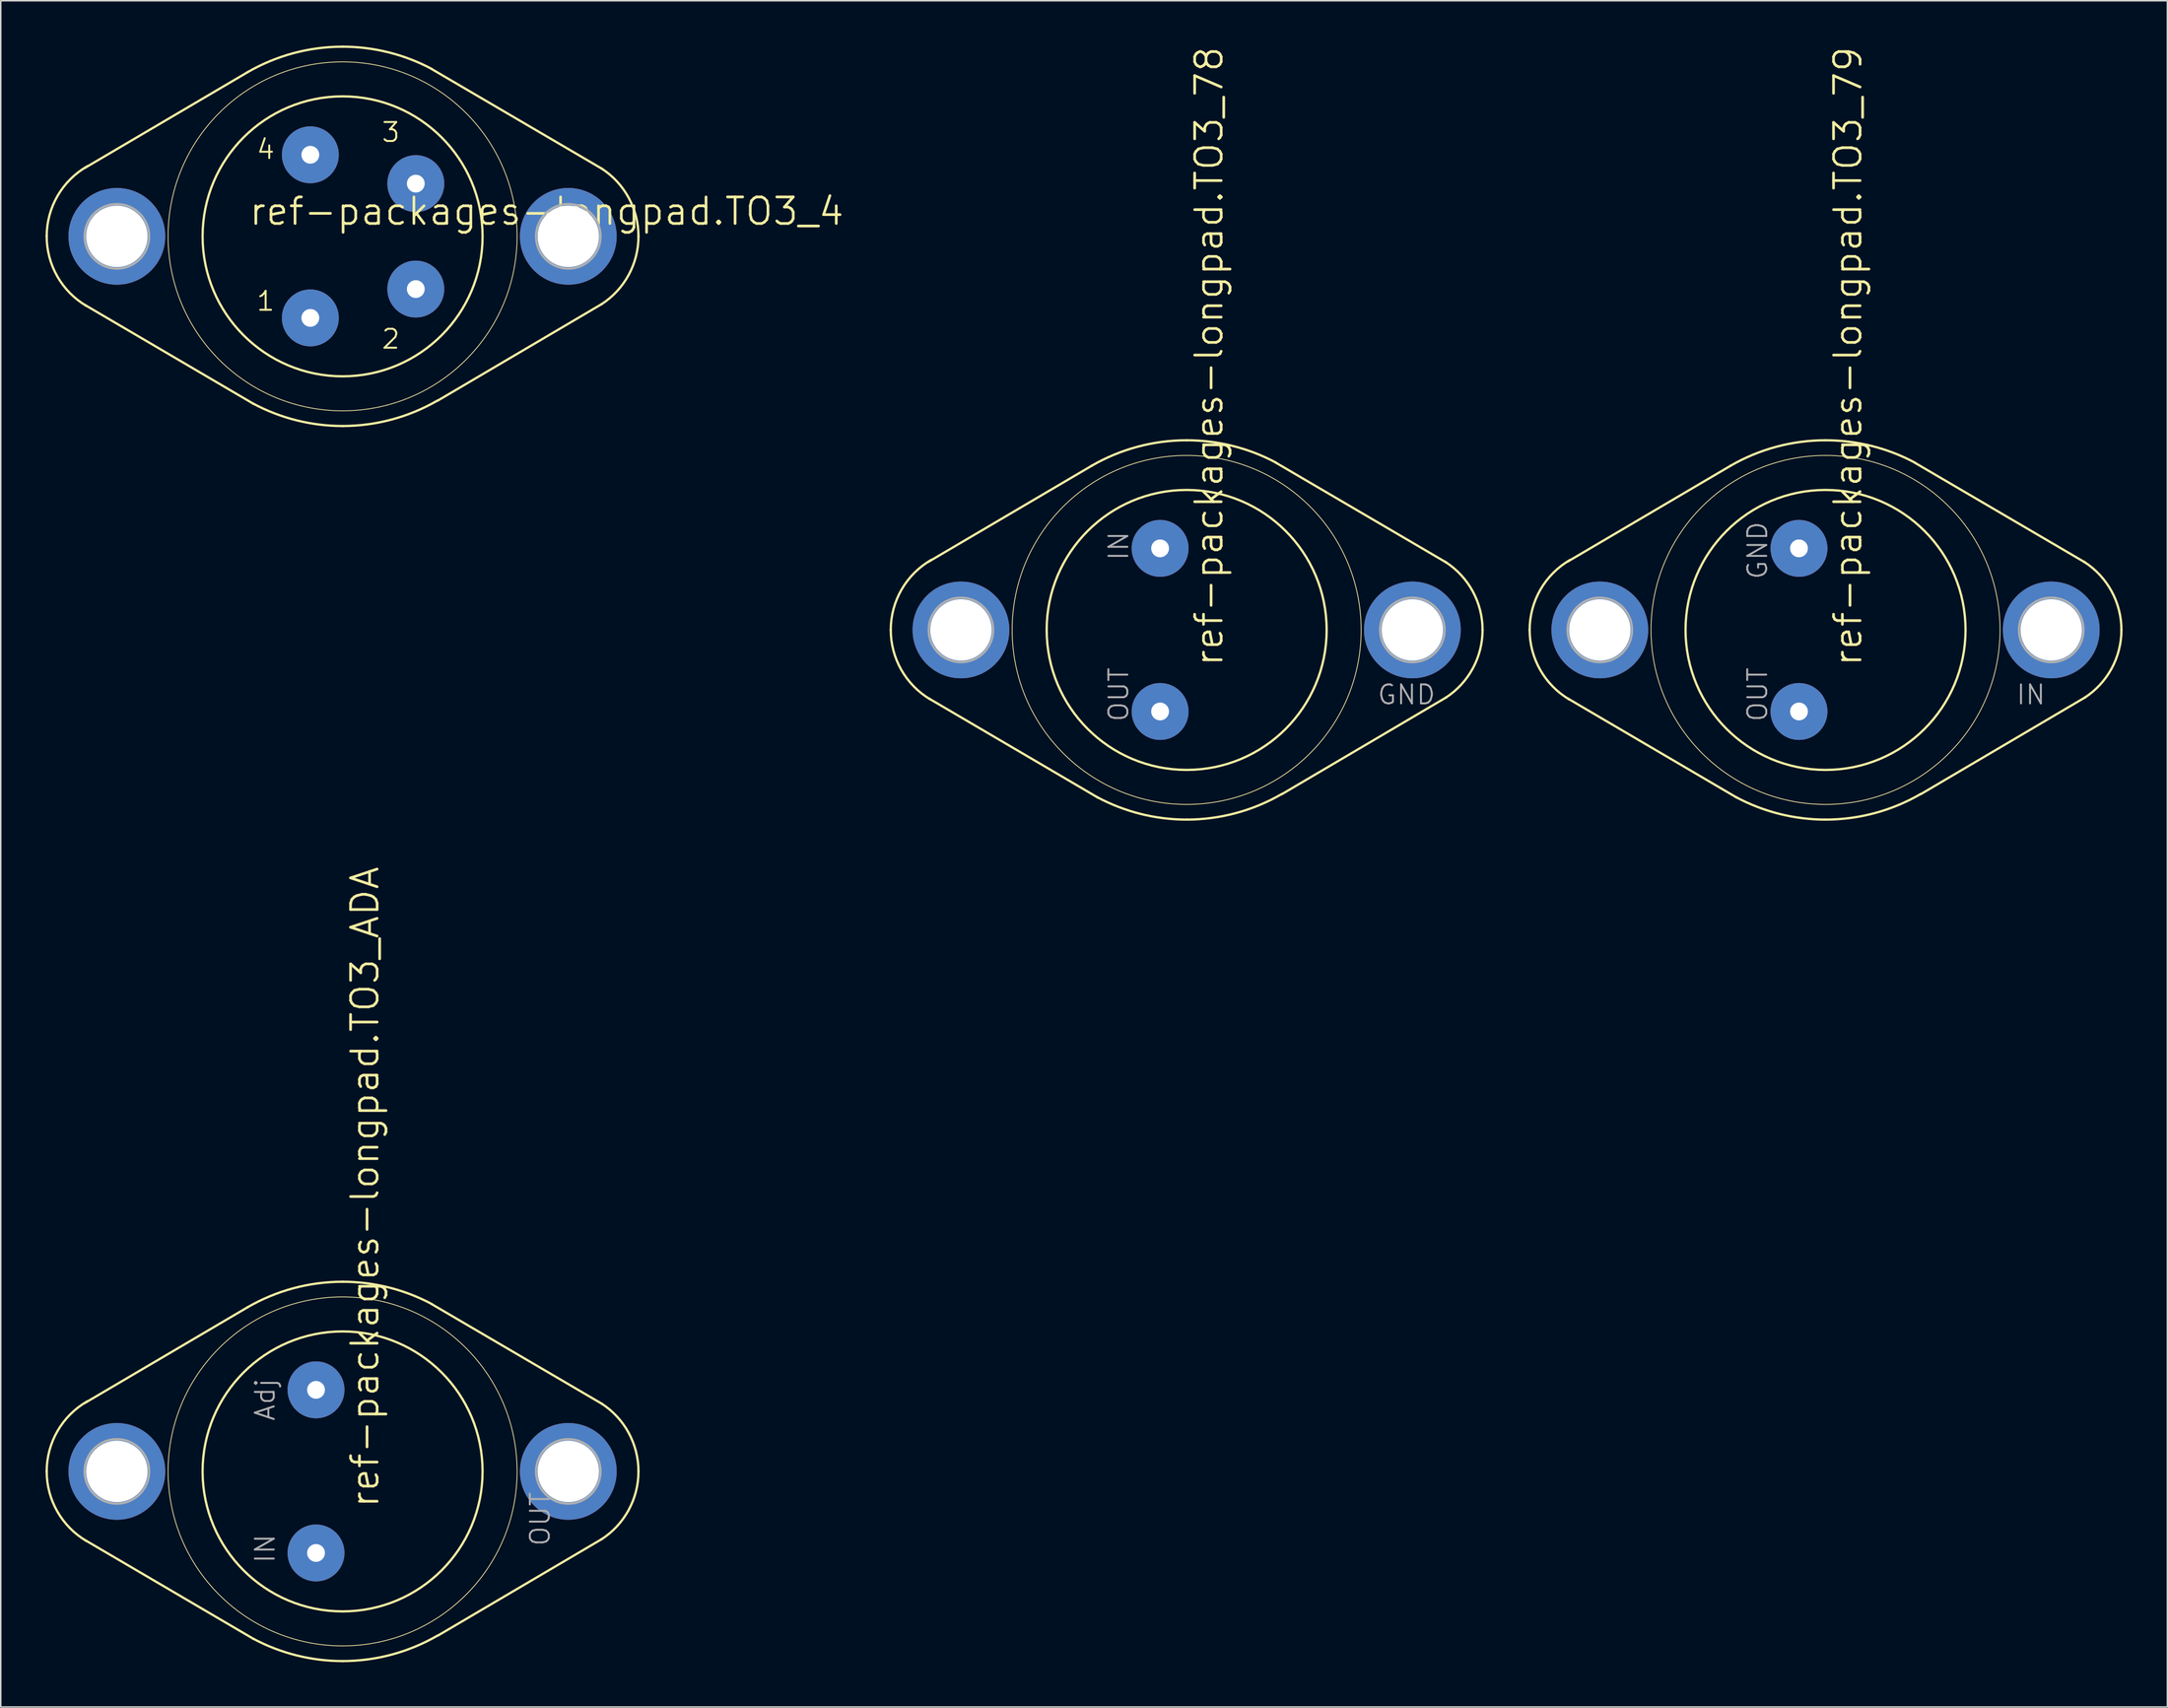
<source format=kicad_pcb>
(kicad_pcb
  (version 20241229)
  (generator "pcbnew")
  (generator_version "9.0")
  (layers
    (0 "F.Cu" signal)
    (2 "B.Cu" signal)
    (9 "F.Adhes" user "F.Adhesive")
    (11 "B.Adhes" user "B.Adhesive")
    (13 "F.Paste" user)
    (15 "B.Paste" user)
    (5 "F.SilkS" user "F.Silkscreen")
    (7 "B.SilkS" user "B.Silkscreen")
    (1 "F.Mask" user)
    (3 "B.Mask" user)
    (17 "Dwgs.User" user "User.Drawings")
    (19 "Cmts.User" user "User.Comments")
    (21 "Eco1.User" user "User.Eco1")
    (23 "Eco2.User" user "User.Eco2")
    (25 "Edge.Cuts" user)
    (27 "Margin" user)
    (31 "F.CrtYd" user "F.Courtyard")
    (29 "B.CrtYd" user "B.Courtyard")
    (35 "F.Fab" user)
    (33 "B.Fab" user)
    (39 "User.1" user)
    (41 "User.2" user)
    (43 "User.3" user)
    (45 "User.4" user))
  (footprint "ref-packages-longpad.TO3_4"
    (layer "F.Cu")
    (at 19.888 12.776)
    (property "Reference" "ref-packages-longpad.TO3_4" (at -6.35 -0.635 0) (layer "F.SilkS") (effects (font (size 1.778 1.778) (thickness 0.18)) (justify left bottom)))
    (attr through_hole)
    (fp_line (start -6.35 -10.998) (end -17.272 -4.572) (stroke (width 0.152) (type default)) (layer "F.SilkS"))
    (fp_line (start -5.944 11.227) (end -17.247 4.597) (stroke (width 0.152) (type default)) (layer "F.SilkS"))
    (fp_line (start 5.969 -11.201) (end 17.374 -4.521) (stroke (width 0.152) (type default)) (layer "F.SilkS"))
    (fp_line (start 6.375 10.998) (end 17.374 4.521) (stroke (width 0.152) (type default)) (layer "F.SilkS"))
    (fp_arc (start -19.812 0) (mid -19.08306 -2.712168) (end -17.0927 -4.6935) (stroke (width 0.1524) (type default)) (layer "F.SilkS"))
    (fp_arc (start -17.1555 4.657) (mid -19.101186 2.680705) (end -19.812 0) (stroke (width 0.1524) (type default)) (layer "F.SilkS"))
    (fp_arc (start -6.3718 -10.9859) (mid -3.299165 -12.263989) (end 0 -12.7) (stroke (width 0.1524) (type default)) (layer "F.SilkS"))
    (fp_arc (start 0 -12.7) (mid 3.080216 -12.320822) (end 5.9765 -11.2059) (stroke (width 0.1524) (type default)) (layer "F.SilkS"))
    (fp_arc (start 0 12.7) (mid -3.080216 12.320822) (end -5.9765 11.2059) (stroke (width 0.1524) (type default)) (layer "F.SilkS"))
    (fp_arc (start 6.3718 10.9859) (mid 3.299165 12.263989) (end 0 12.7) (stroke (width 0.1524) (type default)) (layer "F.SilkS"))
    (fp_arc (start 17.3366 -4.545) (mid 19.153012 -2.587691) (end 19.812 0) (stroke (width 0.1524) (type default)) (layer "F.SilkS"))
    (fp_arc (start 19.812 0) (mid 19.153012 2.587691) (end 17.3366 4.545) (stroke (width 0.1524) (type default)) (layer "F.SilkS"))
    (fp_circle (center 0 0) (end 9.373 0) (stroke (width 0.152) (type default)) (fill no) (layer "F.SilkS"))
    (fp_circle (center 0 0) (end 11.684 0) (stroke (width 0.051) (type default)) (fill no) (layer "F.SilkS"))
    (fp_circle (center -15.113 0) (end -12.954 0) (stroke (width 0.152) (type default)) (fill no) (layer "F.Fab"))
    (fp_circle (center 15.113 0) (end 17.272 0) (stroke (width 0.152) (type default)) (fill no) (layer "F.Fab"))
    (fp_text user "1" (at -5.842 5.08 0) (layer "F.SilkS") (effects (font (size 1.27 1.27) (thickness 0.13)) (justify left bottom)))
    (fp_text user "3" (at 2.54 -6.223 0) (layer "F.SilkS") (effects (font (size 1.27 1.27) (thickness 0.13)) (justify left bottom)))
    (fp_text user "4" (at -5.842 -5.08 0) (layer "F.SilkS") (effects (font (size 1.27 1.27) (thickness 0.13)) (justify left bottom)))
    (fp_text user "2" (at 2.54 7.62 0) (layer "F.SilkS") (effects (font (size 1.27 1.27) (thickness 0.13)) (justify left bottom)))
    (pad "1" thru_hole circle (at -2.159 5.461) (size 3.81 3.81) (drill 1.194) (layers "*.Cu" "*.Mask"))
    (pad "2" thru_hole circle (at 4.902 3.531) (size 3.81 3.81) (drill 1.194) (layers "*.Cu" "*.Mask"))
    (pad "3" thru_hole circle (at 4.902 -3.531) (size 3.81 3.81) (drill 1.194) (layers "*.Cu" "*.Mask"))
    (pad "4" thru_hole circle (at -2.159 -5.461) (size 3.81 3.81) (drill 1.194) (layers "*.Cu" "*.Mask"))
    (pad "5" thru_hole circle (at 15.113 0) (size 6.477 6.477) (drill 4.115) (layers "*.Cu" "*.Mask"))
    (pad "TO3/5" thru_hole circle (at -15.113 0) (size 6.477 6.477) (drill 4.115) (layers "*.Cu" "*.Mask")))
  (footprint "ref-packages-longpad.TO3_78"
    (layer "F.Cu")
    (at 76.404 39.131)
    (property "Reference" "ref-packages-longpad.TO3_78" (at 2.54 2.54 90) (layer "F.SilkS") (effects (font (size 1.778 1.778) (thickness 0.18)) (justify left bottom)))
    (attr through_hole)
    (fp_line (start -6.35 -10.998) (end -17.272 -4.572) (stroke (width 0.152) (type default)) (layer "F.SilkS"))
    (fp_line (start -5.944 11.227) (end -17.247 4.597) (stroke (width 0.152) (type default)) (layer "F.SilkS"))
    (fp_line (start 5.969 -11.201) (end 17.374 -4.521) (stroke (width 0.152) (type default)) (layer "F.SilkS"))
    (fp_line (start 6.375 10.998) (end 17.374 4.521) (stroke (width 0.152) (type default)) (layer "F.SilkS"))
    (fp_arc (start -19.812 0) (mid -19.08306 -2.712168) (end -17.0927 -4.6935) (stroke (width 0.1524) (type default)) (layer "F.SilkS"))
    (fp_arc (start -17.1555 4.657) (mid -19.101186 2.680705) (end -19.812 0) (stroke (width 0.1524) (type default)) (layer "F.SilkS"))
    (fp_arc (start -6.3718 -10.9859) (mid -3.299165 -12.263989) (end 0 -12.7) (stroke (width 0.1524) (type default)) (layer "F.SilkS"))
    (fp_arc (start 0 -12.7) (mid 3.080216 -12.320822) (end 5.9765 -11.2059) (stroke (width 0.1524) (type default)) (layer "F.SilkS"))
    (fp_arc (start 0 12.7) (mid -3.080216 12.320822) (end -5.9765 11.2059) (stroke (width 0.1524) (type default)) (layer "F.SilkS"))
    (fp_arc (start 6.3718 10.9859) (mid 3.299165 12.263989) (end 0 12.7) (stroke (width 0.1524) (type default)) (layer "F.SilkS"))
    (fp_arc (start 17.3366 -4.545) (mid 19.153012 -2.587691) (end 19.812 0) (stroke (width 0.1524) (type default)) (layer "F.SilkS"))
    (fp_arc (start 19.812 0) (mid 19.153012 2.587691) (end 17.3366 4.545) (stroke (width 0.1524) (type default)) (layer "F.SilkS"))
    (fp_circle (center 0 0) (end 9.373 0) (stroke (width 0.152) (type default)) (fill no) (layer "F.SilkS"))
    (fp_circle (center 0 0) (end 11.684 0) (stroke (width 0.051) (type default)) (fill no) (layer "F.SilkS"))
    (fp_circle (center -15.113 0) (end -12.954 0) (stroke (width 0.152) (type default)) (fill no) (layer "F.Fab"))
    (fp_circle (center 15.113 0) (end 17.272 0) (stroke (width 0.152) (type default)) (fill no) (layer "F.Fab"))
    (fp_text user "GND" (at 12.7 5.08 0) (layer "F.Fab") (effects (font (size 1.27 1.27) (thickness 0.13)) (justify left bottom)))
    (fp_text user "OUT" (at -3.81 6.223 90) (layer "F.Fab") (effects (font (size 1.27 1.27) (thickness 0.13)) (justify left bottom)))
    (fp_text user "IN" (at -3.81 -4.572 90) (layer "F.Fab") (effects (font (size 1.27 1.27) (thickness 0.13)) (justify left bottom)))
    (pad "1" thru_hole circle (at -1.778 5.461) (size 3.81 3.81) (drill 1.194) (layers "*.Cu" "*.Mask"))
    (pad "2" thru_hole circle (at -1.778 -5.461) (size 3.81 3.81) (drill 1.194) (layers "*.Cu" "*.Mask"))
    (pad "3" thru_hole circle (at 15.113 0) (size 6.477 6.477) (drill 4.115) (layers "*.Cu" "*.Mask"))
    (pad "3@" thru_hole circle (at -15.113 0) (size 6.477 6.477) (drill 4.115) (layers "*.Cu" "*.Mask")))
  (footprint "ref-packages-longpad.TO3_79"
    (layer "F.Cu")
    (at 119.181 39.131)
    (property "Reference" "ref-packages-longpad.TO3_79" (at 2.54 2.54 90) (layer "F.SilkS") (effects (font (size 1.778 1.778) (thickness 0.18)) (justify left bottom)))
    (attr through_hole)
    (fp_line (start -6.35 -10.998) (end -17.272 -4.572) (stroke (width 0.152) (type default)) (layer "F.SilkS"))
    (fp_line (start -5.944 11.227) (end -17.247 4.597) (stroke (width 0.152) (type default)) (layer "F.SilkS"))
    (fp_line (start 5.969 -11.201) (end 17.374 -4.521) (stroke (width 0.152) (type default)) (layer "F.SilkS"))
    (fp_line (start 6.375 10.998) (end 17.374 4.521) (stroke (width 0.152) (type default)) (layer "F.SilkS"))
    (fp_arc (start -19.812 0) (mid -19.08306 -2.712168) (end -17.0927 -4.6935) (stroke (width 0.1524) (type default)) (layer "F.SilkS"))
    (fp_arc (start -17.1555 4.657) (mid -19.101186 2.680705) (end -19.812 0) (stroke (width 0.1524) (type default)) (layer "F.SilkS"))
    (fp_arc (start -6.3718 -10.9859) (mid -3.299165 -12.263989) (end 0 -12.7) (stroke (width 0.1524) (type default)) (layer "F.SilkS"))
    (fp_arc (start 0 -12.7) (mid 3.080216 -12.320822) (end 5.9765 -11.2059) (stroke (width 0.1524) (type default)) (layer "F.SilkS"))
    (fp_arc (start 0 12.7) (mid -3.080216 12.320822) (end -5.9765 11.2059) (stroke (width 0.1524) (type default)) (layer "F.SilkS"))
    (fp_arc (start 6.3718 10.9859) (mid 3.299165 12.263989) (end 0 12.7) (stroke (width 0.1524) (type default)) (layer "F.SilkS"))
    (fp_arc (start 17.3366 -4.545) (mid 19.153012 -2.587691) (end 19.812 0) (stroke (width 0.1524) (type default)) (layer "F.SilkS"))
    (fp_arc (start 19.812 0) (mid 19.153012 2.587691) (end 17.3366 4.545) (stroke (width 0.1524) (type default)) (layer "F.SilkS"))
    (fp_circle (center 0 0) (end 9.373 0) (stroke (width 0.152) (type default)) (fill no) (layer "F.SilkS"))
    (fp_circle (center 0 0) (end 11.684 0) (stroke (width 0.051) (type default)) (fill no) (layer "F.SilkS"))
    (fp_circle (center -15.113 0) (end -12.954 0) (stroke (width 0.152) (type default)) (fill no) (layer "F.Fab"))
    (fp_circle (center 15.113 0) (end 17.272 0) (stroke (width 0.152) (type default)) (fill no) (layer "F.Fab"))
    (fp_text user "OUT" (at -3.81 6.223 90) (layer "F.Fab") (effects (font (size 1.27 1.27) (thickness 0.13)) (justify left bottom)))
    (fp_text user "GND" (at -3.81 -3.302 90) (layer "F.Fab") (effects (font (size 1.27 1.27) (thickness 0.13)) (justify left bottom)))
    (fp_text user "IN" (at 12.7 5.08 0) (layer "F.Fab") (effects (font (size 1.27 1.27) (thickness 0.13)) (justify left bottom)))
    (pad "1" thru_hole circle (at -1.778 5.461) (size 3.81 3.81) (drill 1.194) (layers "*.Cu" "*.Mask"))
    (pad "2" thru_hole circle (at -1.778 -5.461) (size 3.81 3.81) (drill 1.194) (layers "*.Cu" "*.Mask"))
    (pad "3" thru_hole circle (at 15.113 0) (size 6.477 6.477) (drill 4.115) (layers "*.Cu" "*.Mask"))
    (pad "3@" thru_hole circle (at -15.113 0) (size 6.477 6.477) (drill 4.115) (layers "*.Cu" "*.Mask")))
  (footprint "ref-packages-longpad.TO3_ADA"
    (layer "F.Cu")
    (at 19.888 95.478)
    (property "Reference" "ref-packages-longpad.TO3_ADA" (at 2.54 2.54 90) (layer "F.SilkS") (effects (font (size 1.778 1.778) (thickness 0.18)) (justify left bottom)))
    (attr through_hole)
    (fp_line (start -6.35 -10.998) (end -17.272 -4.572) (stroke (width 0.152) (type default)) (layer "F.SilkS"))
    (fp_line (start -5.944 11.227) (end -17.247 4.597) (stroke (width 0.152) (type default)) (layer "F.SilkS"))
    (fp_line (start 5.969 -11.201) (end 17.374 -4.521) (stroke (width 0.152) (type default)) (layer "F.SilkS"))
    (fp_line (start 6.375 10.998) (end 17.374 4.521) (stroke (width 0.152) (type default)) (layer "F.SilkS"))
    (fp_arc (start -19.812 0) (mid -19.08306 -2.712168) (end -17.0927 -4.6935) (stroke (width 0.1524) (type default)) (layer "F.SilkS"))
    (fp_arc (start -17.1555 4.657) (mid -19.101186 2.680705) (end -19.812 0) (stroke (width 0.1524) (type default)) (layer "F.SilkS"))
    (fp_arc (start -6.3718 -10.9859) (mid -3.299165 -12.263989) (end 0 -12.7) (stroke (width 0.1524) (type default)) (layer "F.SilkS"))
    (fp_arc (start 0 -12.7) (mid 3.080216 -12.320822) (end 5.9765 -11.2059) (stroke (width 0.1524) (type default)) (layer "F.SilkS"))
    (fp_arc (start 0 12.7) (mid -3.080216 12.320822) (end -5.9765 11.2059) (stroke (width 0.1524) (type default)) (layer "F.SilkS"))
    (fp_arc (start 6.3718 10.9859) (mid 3.299165 12.263989) (end 0 12.7) (stroke (width 0.1524) (type default)) (layer "F.SilkS"))
    (fp_arc (start 17.3366 -4.545) (mid 19.153012 -2.587691) (end 19.812 0) (stroke (width 0.1524) (type default)) (layer "F.SilkS"))
    (fp_arc (start 19.812 0) (mid 19.153012 2.587691) (end 17.3366 4.545) (stroke (width 0.1524) (type default)) (layer "F.SilkS"))
    (fp_circle (center 0 0) (end 9.373 0) (stroke (width 0.152) (type default)) (fill no) (layer "F.SilkS"))
    (fp_circle (center 0 0) (end 11.684 0) (stroke (width 0.051) (type default)) (fill no) (layer "F.SilkS"))
    (fp_circle (center -15.113 0) (end -12.954 0) (stroke (width 0.152) (type default)) (fill no) (layer "F.Fab"))
    (fp_circle (center 15.113 0) (end 17.272 0) (stroke (width 0.152) (type default)) (fill no) (layer "F.Fab"))
    (fp_text user "Adj" (at -4.445 -3.302 90) (layer "F.Fab") (effects (font (size 1.27 1.27) (thickness 0.13)) (justify left bottom)))
    (fp_text user "OUT" (at 13.97 5.08 90) (layer "F.Fab") (effects (font (size 1.27 1.27) (thickness 0.13)) (justify left bottom)))
    (fp_text user "IN" (at -4.445 6.223 90) (layer "F.Fab") (effects (font (size 1.27 1.27) (thickness 0.13)) (justify left bottom)))
    (pad "ADJ" thru_hole circle (at -1.778 -5.461) (size 3.81 3.81) (drill 1.194) (layers "*.Cu" "*.Mask"))
    (pad "IN" thru_hole circle (at -1.778 5.461) (size 3.81 3.81) (drill 1.194) (layers "*.Cu" "*.Mask"))
    (pad "OUT" thru_hole circle (at 15.113 0) (size 6.477 6.477) (drill 4.115) (layers "*.Cu" "*.Mask"))
    (pad "TO3A" thru_hole circle (at -15.113 0) (size 6.477 6.477) (drill 4.115) (layers "*.Cu" "*.Mask")))
  (gr_rect
    (start -3 -3)
    (end 142.069 111.254)
    (stroke (width 0.1) (type default))
    (fill no)
    (layer "Edge.Cuts")))
</source>
